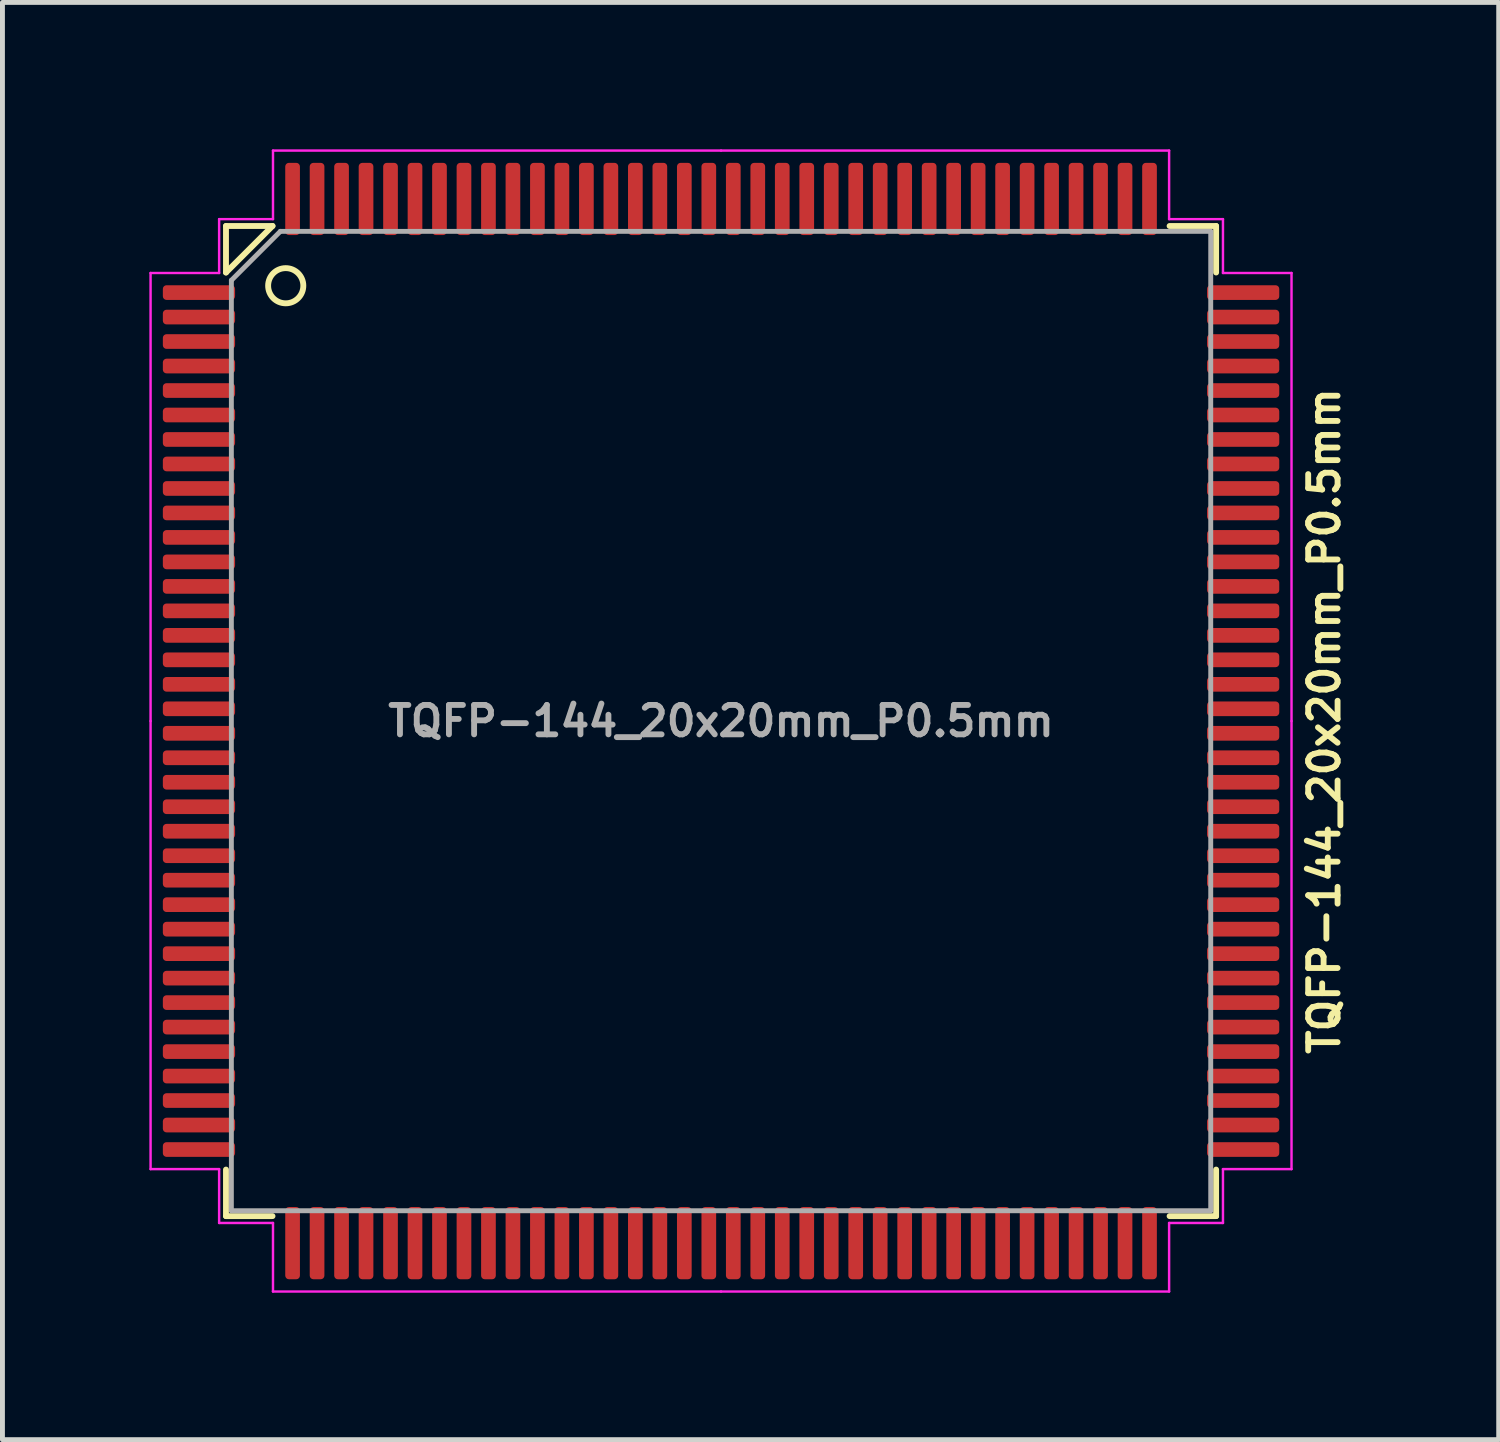
<source format=kicad_pcb>
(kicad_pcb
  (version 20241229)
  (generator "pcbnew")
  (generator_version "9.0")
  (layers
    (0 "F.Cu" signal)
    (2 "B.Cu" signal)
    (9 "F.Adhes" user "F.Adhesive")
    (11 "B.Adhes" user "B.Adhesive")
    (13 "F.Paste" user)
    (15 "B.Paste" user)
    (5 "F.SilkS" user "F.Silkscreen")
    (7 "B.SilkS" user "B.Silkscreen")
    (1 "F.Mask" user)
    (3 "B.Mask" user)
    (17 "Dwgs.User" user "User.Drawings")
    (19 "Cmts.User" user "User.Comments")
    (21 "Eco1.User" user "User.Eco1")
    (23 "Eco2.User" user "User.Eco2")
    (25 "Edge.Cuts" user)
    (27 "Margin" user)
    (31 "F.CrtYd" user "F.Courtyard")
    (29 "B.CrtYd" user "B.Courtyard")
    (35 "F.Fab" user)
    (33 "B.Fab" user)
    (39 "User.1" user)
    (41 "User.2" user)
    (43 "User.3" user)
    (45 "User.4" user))
  (footprint "TQFP-144_20x20mm_P0.5mm"
    (layer "F.Cu")
    (at 11.675 11.675)
    (property "Reference" "TQFP-144_20x20mm_P0.5mm" (at 12.319 0 270) (layer "F.SilkS") (effects (font (size 0.6 0.6) (thickness 0.12))))
    (attr smd)
    (fp_line (start -10.11 -10.11) (end -10.11 -9.16) (stroke (width 0.12) (type solid)) (layer "F.SilkS"))
    (fp_line (start -10.11 -9.16) (end -9.16 -10.11) (stroke (width 0.12) (type solid)) (layer "F.SilkS"))
    (fp_line (start -10.11 10.11) (end -10.11 9.16) (stroke (width 0.12) (type solid)) (layer "F.SilkS"))
    (fp_line (start -9.16 -10.11) (end -10.11 -10.11) (stroke (width 0.12) (type solid)) (layer "F.SilkS"))
    (fp_line (start -9.16 10.11) (end -10.11 10.11) (stroke (width 0.12) (type solid)) (layer "F.SilkS"))
    (fp_line (start 9.16 -10.11) (end 10.11 -10.11) (stroke (width 0.12) (type solid)) (layer "F.SilkS"))
    (fp_line (start 9.16 10.11) (end 10.11 10.11) (stroke (width 0.12) (type solid)) (layer "F.SilkS"))
    (fp_line (start 10.11 -10.11) (end 10.11 -9.16) (stroke (width 0.12) (type solid)) (layer "F.SilkS"))
    (fp_line (start 10.11 10.11) (end 10.11 9.16) (stroke (width 0.12) (type solid)) (layer "F.SilkS"))
    (fp_circle (center -8.89 -8.89) (end -9.144 -9.144) (stroke (width 0.12) (type solid)) (fill no) (layer "F.SilkS"))
    (fp_line (start -11.65 -9.15) (end -11.65 0) (stroke (width 0.05) (type solid)) (layer "F.CrtYd"))
    (fp_line (start -11.65 9.15) (end -11.65 0) (stroke (width 0.05) (type solid)) (layer "F.CrtYd"))
    (fp_line (start -10.25 -10.25) (end -10.25 -9.15) (stroke (width 0.05) (type solid)) (layer "F.CrtYd"))
    (fp_line (start -10.25 -9.15) (end -11.65 -9.15) (stroke (width 0.05) (type solid)) (layer "F.CrtYd"))
    (fp_line (start -10.25 9.15) (end -11.65 9.15) (stroke (width 0.05) (type solid)) (layer "F.CrtYd"))
    (fp_line (start -10.25 10.25) (end -10.25 9.15) (stroke (width 0.05) (type solid)) (layer "F.CrtYd"))
    (fp_line (start -9.15 -11.65) (end -9.15 -10.25) (stroke (width 0.05) (type solid)) (layer "F.CrtYd"))
    (fp_line (start -9.15 -10.25) (end -10.25 -10.25) (stroke (width 0.05) (type solid)) (layer "F.CrtYd"))
    (fp_line (start -9.15 10.25) (end -10.25 10.25) (stroke (width 0.05) (type solid)) (layer "F.CrtYd"))
    (fp_line (start -9.15 11.65) (end -9.15 10.25) (stroke (width 0.05) (type solid)) (layer "F.CrtYd"))
    (fp_line (start 0 -11.65) (end -9.15 -11.65) (stroke (width 0.05) (type solid)) (layer "F.CrtYd"))
    (fp_line (start 0 -11.65) (end 9.15 -11.65) (stroke (width 0.05) (type solid)) (layer "F.CrtYd"))
    (fp_line (start 0 11.65) (end -9.15 11.65) (stroke (width 0.05) (type solid)) (layer "F.CrtYd"))
    (fp_line (start 0 11.65) (end 9.15 11.65) (stroke (width 0.05) (type solid)) (layer "F.CrtYd"))
    (fp_line (start 9.15 -11.65) (end 9.15 -10.25) (stroke (width 0.05) (type solid)) (layer "F.CrtYd"))
    (fp_line (start 9.15 -10.25) (end 10.25 -10.25) (stroke (width 0.05) (type solid)) (layer "F.CrtYd"))
    (fp_line (start 9.15 10.25) (end 10.25 10.25) (stroke (width 0.05) (type solid)) (layer "F.CrtYd"))
    (fp_line (start 9.15 11.65) (end 9.15 10.25) (stroke (width 0.05) (type solid)) (layer "F.CrtYd"))
    (fp_line (start 10.25 -10.25) (end 10.25 -9.15) (stroke (width 0.05) (type solid)) (layer "F.CrtYd"))
    (fp_line (start 10.25 -9.15) (end 11.65 -9.15) (stroke (width 0.05) (type solid)) (layer "F.CrtYd"))
    (fp_line (start 10.25 9.15) (end 11.65 9.15) (stroke (width 0.05) (type solid)) (layer "F.CrtYd"))
    (fp_line (start 10.25 10.25) (end 10.25 9.15) (stroke (width 0.05) (type solid)) (layer "F.CrtYd"))
    (fp_line (start 11.65 -9.15) (end 11.65 0) (stroke (width 0.05) (type solid)) (layer "F.CrtYd"))
    (fp_line (start 11.65 9.15) (end 11.65 0) (stroke (width 0.05) (type solid)) (layer "F.CrtYd"))
    (fp_line (start -10 -9) (end -9 -10) (stroke (width 0.1) (type solid)) (layer "F.Fab"))
    (fp_line (start -10 10) (end -10 -9) (stroke (width 0.1) (type solid)) (layer "F.Fab"))
    (fp_line (start -9 -10) (end 10 -10) (stroke (width 0.1) (type solid)) (layer "F.Fab"))
    (fp_line (start 10 -10) (end 10 10) (stroke (width 0.1) (type solid)) (layer "F.Fab"))
    (fp_line (start 10 10) (end -10 10) (stroke (width 0.1) (type solid)) (layer "F.Fab"))
    (fp_text user "${REFERENCE}" (at 0 0 180) (layer "F.Fab") (effects (font (size 0.6 0.6) (thickness 0.12))))
    (pad "1" smd roundrect (at -10.662 -8.75) (size 1.475 0.3) (layers "F.Cu" "F.Mask" "F.Paste") (roundrect_rratio 0.25))
    (pad "2" smd roundrect (at -10.662 -8.25) (size 1.475 0.3) (layers "F.Cu" "F.Mask" "F.Paste") (roundrect_rratio 0.25))
    (pad "3" smd roundrect (at -10.662 -7.75) (size 1.475 0.3) (layers "F.Cu" "F.Mask" "F.Paste") (roundrect_rratio 0.25))
    (pad "4" smd roundrect (at -10.662 -7.25) (size 1.475 0.3) (layers "F.Cu" "F.Mask" "F.Paste") (roundrect_rratio 0.25))
    (pad "5" smd roundrect (at -10.662 -6.75) (size 1.475 0.3) (layers "F.Cu" "F.Mask" "F.Paste") (roundrect_rratio 0.25))
    (pad "6" smd roundrect (at -10.662 -6.25) (size 1.475 0.3) (layers "F.Cu" "F.Mask" "F.Paste") (roundrect_rratio 0.25))
    (pad "7" smd roundrect (at -10.662 -5.75) (size 1.475 0.3) (layers "F.Cu" "F.Mask" "F.Paste") (roundrect_rratio 0.25))
    (pad "8" smd roundrect (at -10.662 -5.25) (size 1.475 0.3) (layers "F.Cu" "F.Mask" "F.Paste") (roundrect_rratio 0.25))
    (pad "9" smd roundrect (at -10.662 -4.75) (size 1.475 0.3) (layers "F.Cu" "F.Mask" "F.Paste") (roundrect_rratio 0.25))
    (pad "10" smd roundrect (at -10.662 -4.25) (size 1.475 0.3) (layers "F.Cu" "F.Mask" "F.Paste") (roundrect_rratio 0.25))
    (pad "11" smd roundrect (at -10.662 -3.75) (size 1.475 0.3) (layers "F.Cu" "F.Mask" "F.Paste") (roundrect_rratio 0.25))
    (pad "12" smd roundrect (at -10.662 -3.25) (size 1.475 0.3) (layers "F.Cu" "F.Mask" "F.Paste") (roundrect_rratio 0.25))
    (pad "13" smd roundrect (at -10.662 -2.75) (size 1.475 0.3) (layers "F.Cu" "F.Mask" "F.Paste") (roundrect_rratio 0.25))
    (pad "14" smd roundrect (at -10.662 -2.25) (size 1.475 0.3) (layers "F.Cu" "F.Mask" "F.Paste") (roundrect_rratio 0.25))
    (pad "15" smd roundrect (at -10.662 -1.75) (size 1.475 0.3) (layers "F.Cu" "F.Mask" "F.Paste") (roundrect_rratio 0.25))
    (pad "16" smd roundrect (at -10.662 -1.25) (size 1.475 0.3) (layers "F.Cu" "F.Mask" "F.Paste") (roundrect_rratio 0.25))
    (pad "17" smd roundrect (at -10.662 -0.75) (size 1.475 0.3) (layers "F.Cu" "F.Mask" "F.Paste") (roundrect_rratio 0.25))
    (pad "18" smd roundrect (at -10.662 -0.25) (size 1.475 0.3) (layers "F.Cu" "F.Mask" "F.Paste") (roundrect_rratio 0.25))
    (pad "19" smd roundrect (at -10.662 0.25) (size 1.475 0.3) (layers "F.Cu" "F.Mask" "F.Paste") (roundrect_rratio 0.25))
    (pad "20" smd roundrect (at -10.662 0.75) (size 1.475 0.3) (layers "F.Cu" "F.Mask" "F.Paste") (roundrect_rratio 0.25))
    (pad "21" smd roundrect (at -10.662 1.25) (size 1.475 0.3) (layers "F.Cu" "F.Mask" "F.Paste") (roundrect_rratio 0.25))
    (pad "22" smd roundrect (at -10.662 1.75) (size 1.475 0.3) (layers "F.Cu" "F.Mask" "F.Paste") (roundrect_rratio 0.25))
    (pad "23" smd roundrect (at -10.662 2.25) (size 1.475 0.3) (layers "F.Cu" "F.Mask" "F.Paste") (roundrect_rratio 0.25))
    (pad "24" smd roundrect (at -10.662 2.75) (size 1.475 0.3) (layers "F.Cu" "F.Mask" "F.Paste") (roundrect_rratio 0.25))
    (pad "25" smd roundrect (at -10.662 3.25) (size 1.475 0.3) (layers "F.Cu" "F.Mask" "F.Paste") (roundrect_rratio 0.25))
    (pad "26" smd roundrect (at -10.662 3.75) (size 1.475 0.3) (layers "F.Cu" "F.Mask" "F.Paste") (roundrect_rratio 0.25))
    (pad "27" smd roundrect (at -10.662 4.25) (size 1.475 0.3) (layers "F.Cu" "F.Mask" "F.Paste") (roundrect_rratio 0.25))
    (pad "28" smd roundrect (at -10.662 4.75) (size 1.475 0.3) (layers "F.Cu" "F.Mask" "F.Paste") (roundrect_rratio 0.25))
    (pad "29" smd roundrect (at -10.662 5.25) (size 1.475 0.3) (layers "F.Cu" "F.Mask" "F.Paste") (roundrect_rratio 0.25))
    (pad "30" smd roundrect (at -10.662 5.75) (size 1.475 0.3) (layers "F.Cu" "F.Mask" "F.Paste") (roundrect_rratio 0.25))
    (pad "31" smd roundrect (at -10.662 6.25) (size 1.475 0.3) (layers "F.Cu" "F.Mask" "F.Paste") (roundrect_rratio 0.25))
    (pad "32" smd roundrect (at -10.662 6.75) (size 1.475 0.3) (layers "F.Cu" "F.Mask" "F.Paste") (roundrect_rratio 0.25))
    (pad "33" smd roundrect (at -10.662 7.25) (size 1.475 0.3) (layers "F.Cu" "F.Mask" "F.Paste") (roundrect_rratio 0.25))
    (pad "34" smd roundrect (at -10.662 7.75) (size 1.475 0.3) (layers "F.Cu" "F.Mask" "F.Paste") (roundrect_rratio 0.25))
    (pad "35" smd roundrect (at -10.662 8.25) (size 1.475 0.3) (layers "F.Cu" "F.Mask" "F.Paste") (roundrect_rratio 0.25))
    (pad "36" smd roundrect (at -10.662 8.75) (size 1.475 0.3) (layers "F.Cu" "F.Mask" "F.Paste") (roundrect_rratio 0.25))
    (pad "37" smd roundrect (at -8.75 10.662) (size 0.3 1.475) (layers "F.Cu" "F.Mask" "F.Paste") (roundrect_rratio 0.25))
    (pad "38" smd roundrect (at -8.25 10.662) (size 0.3 1.475) (layers "F.Cu" "F.Mask" "F.Paste") (roundrect_rratio 0.25))
    (pad "39" smd roundrect (at -7.75 10.662) (size 0.3 1.475) (layers "F.Cu" "F.Mask" "F.Paste") (roundrect_rratio 0.25))
    (pad "40" smd roundrect (at -7.25 10.662) (size 0.3 1.475) (layers "F.Cu" "F.Mask" "F.Paste") (roundrect_rratio 0.25))
    (pad "41" smd roundrect (at -6.75 10.662) (size 0.3 1.475) (layers "F.Cu" "F.Mask" "F.Paste") (roundrect_rratio 0.25))
    (pad "42" smd roundrect (at -6.25 10.662) (size 0.3 1.475) (layers "F.Cu" "F.Mask" "F.Paste") (roundrect_rratio 0.25))
    (pad "43" smd roundrect (at -5.75 10.662) (size 0.3 1.475) (layers "F.Cu" "F.Mask" "F.Paste") (roundrect_rratio 0.25))
    (pad "44" smd roundrect (at -5.25 10.662) (size 0.3 1.475) (layers "F.Cu" "F.Mask" "F.Paste") (roundrect_rratio 0.25))
    (pad "45" smd roundrect (at -4.75 10.662) (size 0.3 1.475) (layers "F.Cu" "F.Mask" "F.Paste") (roundrect_rratio 0.25))
    (pad "46" smd roundrect (at -4.25 10.662) (size 0.3 1.475) (layers "F.Cu" "F.Mask" "F.Paste") (roundrect_rratio 0.25))
    (pad "47" smd roundrect (at -3.75 10.662) (size 0.3 1.475) (layers "F.Cu" "F.Mask" "F.Paste") (roundrect_rratio 0.25))
    (pad "48" smd roundrect (at -3.25 10.662) (size 0.3 1.475) (layers "F.Cu" "F.Mask" "F.Paste") (roundrect_rratio 0.25))
    (pad "49" smd roundrect (at -2.75 10.662) (size 0.3 1.475) (layers "F.Cu" "F.Mask" "F.Paste") (roundrect_rratio 0.25))
    (pad "50" smd roundrect (at -2.25 10.662) (size 0.3 1.475) (layers "F.Cu" "F.Mask" "F.Paste") (roundrect_rratio 0.25))
    (pad "51" smd roundrect (at -1.75 10.662) (size 0.3 1.475) (layers "F.Cu" "F.Mask" "F.Paste") (roundrect_rratio 0.25))
    (pad "52" smd roundrect (at -1.25 10.662) (size 0.3 1.475) (layers "F.Cu" "F.Mask" "F.Paste") (roundrect_rratio 0.25))
    (pad "53" smd roundrect (at -0.75 10.662) (size 0.3 1.475) (layers "F.Cu" "F.Mask" "F.Paste") (roundrect_rratio 0.25))
    (pad "54" smd roundrect (at -0.25 10.662) (size 0.3 1.475) (layers "F.Cu" "F.Mask" "F.Paste") (roundrect_rratio 0.25))
    (pad "55" smd roundrect (at 0.25 10.662) (size 0.3 1.475) (layers "F.Cu" "F.Mask" "F.Paste") (roundrect_rratio 0.25))
    (pad "56" smd roundrect (at 0.75 10.662) (size 0.3 1.475) (layers "F.Cu" "F.Mask" "F.Paste") (roundrect_rratio 0.25))
    (pad "57" smd roundrect (at 1.25 10.662) (size 0.3 1.475) (layers "F.Cu" "F.Mask" "F.Paste") (roundrect_rratio 0.25))
    (pad "58" smd roundrect (at 1.75 10.662) (size 0.3 1.475) (layers "F.Cu" "F.Mask" "F.Paste") (roundrect_rratio 0.25))
    (pad "59" smd roundrect (at 2.25 10.662) (size 0.3 1.475) (layers "F.Cu" "F.Mask" "F.Paste") (roundrect_rratio 0.25))
    (pad "60" smd roundrect (at 2.75 10.662) (size 0.3 1.475) (layers "F.Cu" "F.Mask" "F.Paste") (roundrect_rratio 0.25))
    (pad "61" smd roundrect (at 3.25 10.662) (size 0.3 1.475) (layers "F.Cu" "F.Mask" "F.Paste") (roundrect_rratio 0.25))
    (pad "62" smd roundrect (at 3.75 10.662) (size 0.3 1.475) (layers "F.Cu" "F.Mask" "F.Paste") (roundrect_rratio 0.25))
    (pad "63" smd roundrect (at 4.25 10.662) (size 0.3 1.475) (layers "F.Cu" "F.Mask" "F.Paste") (roundrect_rratio 0.25))
    (pad "64" smd roundrect (at 4.75 10.662) (size 0.3 1.475) (layers "F.Cu" "F.Mask" "F.Paste") (roundrect_rratio 0.25))
    (pad "65" smd roundrect (at 5.25 10.662) (size 0.3 1.475) (layers "F.Cu" "F.Mask" "F.Paste") (roundrect_rratio 0.25))
    (pad "66" smd roundrect (at 5.75 10.662) (size 0.3 1.475) (layers "F.Cu" "F.Mask" "F.Paste") (roundrect_rratio 0.25))
    (pad "67" smd roundrect (at 6.25 10.662) (size 0.3 1.475) (layers "F.Cu" "F.Mask" "F.Paste") (roundrect_rratio 0.25))
    (pad "68" smd roundrect (at 6.75 10.662) (size 0.3 1.475) (layers "F.Cu" "F.Mask" "F.Paste") (roundrect_rratio 0.25))
    (pad "69" smd roundrect (at 7.25 10.662) (size 0.3 1.475) (layers "F.Cu" "F.Mask" "F.Paste") (roundrect_rratio 0.25))
    (pad "70" smd roundrect (at 7.75 10.662) (size 0.3 1.475) (layers "F.Cu" "F.Mask" "F.Paste") (roundrect_rratio 0.25))
    (pad "71" smd roundrect (at 8.25 10.662) (size 0.3 1.475) (layers "F.Cu" "F.Mask" "F.Paste") (roundrect_rratio 0.25))
    (pad "72" smd roundrect (at 8.75 10.662) (size 0.3 1.475) (layers "F.Cu" "F.Mask" "F.Paste") (roundrect_rratio 0.25))
    (pad "73" smd roundrect (at 10.662 8.75) (size 1.475 0.3) (layers "F.Cu" "F.Mask" "F.Paste") (roundrect_rratio 0.25))
    (pad "74" smd roundrect (at 10.662 8.25) (size 1.475 0.3) (layers "F.Cu" "F.Mask" "F.Paste") (roundrect_rratio 0.25))
    (pad "75" smd roundrect (at 10.662 7.75) (size 1.475 0.3) (layers "F.Cu" "F.Mask" "F.Paste") (roundrect_rratio 0.25))
    (pad "76" smd roundrect (at 10.662 7.25) (size 1.475 0.3) (layers "F.Cu" "F.Mask" "F.Paste") (roundrect_rratio 0.25))
    (pad "77" smd roundrect (at 10.662 6.75) (size 1.475 0.3) (layers "F.Cu" "F.Mask" "F.Paste") (roundrect_rratio 0.25))
    (pad "78" smd roundrect (at 10.662 6.25) (size 1.475 0.3) (layers "F.Cu" "F.Mask" "F.Paste") (roundrect_rratio 0.25))
    (pad "79" smd roundrect (at 10.662 5.75) (size 1.475 0.3) (layers "F.Cu" "F.Mask" "F.Paste") (roundrect_rratio 0.25))
    (pad "80" smd roundrect (at 10.662 5.25) (size 1.475 0.3) (layers "F.Cu" "F.Mask" "F.Paste") (roundrect_rratio 0.25))
    (pad "81" smd roundrect (at 10.662 4.75) (size 1.475 0.3) (layers "F.Cu" "F.Mask" "F.Paste") (roundrect_rratio 0.25))
    (pad "82" smd roundrect (at 10.662 4.25) (size 1.475 0.3) (layers "F.Cu" "F.Mask" "F.Paste") (roundrect_rratio 0.25))
    (pad "83" smd roundrect (at 10.662 3.75) (size 1.475 0.3) (layers "F.Cu" "F.Mask" "F.Paste") (roundrect_rratio 0.25))
    (pad "84" smd roundrect (at 10.662 3.25) (size 1.475 0.3) (layers "F.Cu" "F.Mask" "F.Paste") (roundrect_rratio 0.25))
    (pad "85" smd roundrect (at 10.662 2.75) (size 1.475 0.3) (layers "F.Cu" "F.Mask" "F.Paste") (roundrect_rratio 0.25))
    (pad "86" smd roundrect (at 10.662 2.25) (size 1.475 0.3) (layers "F.Cu" "F.Mask" "F.Paste") (roundrect_rratio 0.25))
    (pad "87" smd roundrect (at 10.662 1.75) (size 1.475 0.3) (layers "F.Cu" "F.Mask" "F.Paste") (roundrect_rratio 0.25))
    (pad "88" smd roundrect (at 10.662 1.25) (size 1.475 0.3) (layers "F.Cu" "F.Mask" "F.Paste") (roundrect_rratio 0.25))
    (pad "89" smd roundrect (at 10.662 0.75) (size 1.475 0.3) (layers "F.Cu" "F.Mask" "F.Paste") (roundrect_rratio 0.25))
    (pad "90" smd roundrect (at 10.662 0.25) (size 1.475 0.3) (layers "F.Cu" "F.Mask" "F.Paste") (roundrect_rratio 0.25))
    (pad "91" smd roundrect (at 10.662 -0.25) (size 1.475 0.3) (layers "F.Cu" "F.Mask" "F.Paste") (roundrect_rratio 0.25))
    (pad "92" smd roundrect (at 10.662 -0.75) (size 1.475 0.3) (layers "F.Cu" "F.Mask" "F.Paste") (roundrect_rratio 0.25))
    (pad "93" smd roundrect (at 10.662 -1.25) (size 1.475 0.3) (layers "F.Cu" "F.Mask" "F.Paste") (roundrect_rratio 0.25))
    (pad "94" smd roundrect (at 10.662 -1.75) (size 1.475 0.3) (layers "F.Cu" "F.Mask" "F.Paste") (roundrect_rratio 0.25))
    (pad "95" smd roundrect (at 10.662 -2.25) (size 1.475 0.3) (layers "F.Cu" "F.Mask" "F.Paste") (roundrect_rratio 0.25))
    (pad "96" smd roundrect (at 10.662 -2.75) (size 1.475 0.3) (layers "F.Cu" "F.Mask" "F.Paste") (roundrect_rratio 0.25))
    (pad "97" smd roundrect (at 10.662 -3.25) (size 1.475 0.3) (layers "F.Cu" "F.Mask" "F.Paste") (roundrect_rratio 0.25))
    (pad "98" smd roundrect (at 10.662 -3.75) (size 1.475 0.3) (layers "F.Cu" "F.Mask" "F.Paste") (roundrect_rratio 0.25))
    (pad "99" smd roundrect (at 10.662 -4.25) (size 1.475 0.3) (layers "F.Cu" "F.Mask" "F.Paste") (roundrect_rratio 0.25))
    (pad "100" smd roundrect (at 10.662 -4.75) (size 1.475 0.3) (layers "F.Cu" "F.Mask" "F.Paste") (roundrect_rratio 0.25))
    (pad "101" smd roundrect (at 10.662 -5.25) (size 1.475 0.3) (layers "F.Cu" "F.Mask" "F.Paste") (roundrect_rratio 0.25))
    (pad "102" smd roundrect (at 10.662 -5.75) (size 1.475 0.3) (layers "F.Cu" "F.Mask" "F.Paste") (roundrect_rratio 0.25))
    (pad "103" smd roundrect (at 10.662 -6.25) (size 1.475 0.3) (layers "F.Cu" "F.Mask" "F.Paste") (roundrect_rratio 0.25))
    (pad "104" smd roundrect (at 10.662 -6.75) (size 1.475 0.3) (layers "F.Cu" "F.Mask" "F.Paste") (roundrect_rratio 0.25))
    (pad "105" smd roundrect (at 10.662 -7.25) (size 1.475 0.3) (layers "F.Cu" "F.Mask" "F.Paste") (roundrect_rratio 0.25))
    (pad "106" smd roundrect (at 10.662 -7.75) (size 1.475 0.3) (layers "F.Cu" "F.Mask" "F.Paste") (roundrect_rratio 0.25))
    (pad "107" smd roundrect (at 10.662 -8.25) (size 1.475 0.3) (layers "F.Cu" "F.Mask" "F.Paste") (roundrect_rratio 0.25))
    (pad "108" smd roundrect (at 10.662 -8.75) (size 1.475 0.3) (layers "F.Cu" "F.Mask" "F.Paste") (roundrect_rratio 0.25))
    (pad "109" smd roundrect (at 8.75 -10.662) (size 0.3 1.475) (layers "F.Cu" "F.Mask" "F.Paste") (roundrect_rratio 0.25))
    (pad "110" smd roundrect (at 8.25 -10.662) (size 0.3 1.475) (layers "F.Cu" "F.Mask" "F.Paste") (roundrect_rratio 0.25))
    (pad "111" smd roundrect (at 7.75 -10.662) (size 0.3 1.475) (layers "F.Cu" "F.Mask" "F.Paste") (roundrect_rratio 0.25))
    (pad "112" smd roundrect (at 7.25 -10.662) (size 0.3 1.475) (layers "F.Cu" "F.Mask" "F.Paste") (roundrect_rratio 0.25))
    (pad "113" smd roundrect (at 6.75 -10.662) (size 0.3 1.475) (layers "F.Cu" "F.Mask" "F.Paste") (roundrect_rratio 0.25))
    (pad "114" smd roundrect (at 6.25 -10.662) (size 0.3 1.475) (layers "F.Cu" "F.Mask" "F.Paste") (roundrect_rratio 0.25))
    (pad "115" smd roundrect (at 5.75 -10.662) (size 0.3 1.475) (layers "F.Cu" "F.Mask" "F.Paste") (roundrect_rratio 0.25))
    (pad "116" smd roundrect (at 5.25 -10.662) (size 0.3 1.475) (layers "F.Cu" "F.Mask" "F.Paste") (roundrect_rratio 0.25))
    (pad "117" smd roundrect (at 4.75 -10.662) (size 0.3 1.475) (layers "F.Cu" "F.Mask" "F.Paste") (roundrect_rratio 0.25))
    (pad "118" smd roundrect (at 4.25 -10.662) (size 0.3 1.475) (layers "F.Cu" "F.Mask" "F.Paste") (roundrect_rratio 0.25))
    (pad "119" smd roundrect (at 3.75 -10.662) (size 0.3 1.475) (layers "F.Cu" "F.Mask" "F.Paste") (roundrect_rratio 0.25))
    (pad "120" smd roundrect (at 3.25 -10.662) (size 0.3 1.475) (layers "F.Cu" "F.Mask" "F.Paste") (roundrect_rratio 0.25))
    (pad "121" smd roundrect (at 2.75 -10.662) (size 0.3 1.475) (layers "F.Cu" "F.Mask" "F.Paste") (roundrect_rratio 0.25))
    (pad "122" smd roundrect (at 2.25 -10.662) (size 0.3 1.475) (layers "F.Cu" "F.Mask" "F.Paste") (roundrect_rratio 0.25))
    (pad "123" smd roundrect (at 1.75 -10.662) (size 0.3 1.475) (layers "F.Cu" "F.Mask" "F.Paste") (roundrect_rratio 0.25))
    (pad "124" smd roundrect (at 1.25 -10.662) (size 0.3 1.475) (layers "F.Cu" "F.Mask" "F.Paste") (roundrect_rratio 0.25))
    (pad "125" smd roundrect (at 0.75 -10.662) (size 0.3 1.475) (layers "F.Cu" "F.Mask" "F.Paste") (roundrect_rratio 0.25))
    (pad "126" smd roundrect (at 0.25 -10.662) (size 0.3 1.475) (layers "F.Cu" "F.Mask" "F.Paste") (roundrect_rratio 0.25))
    (pad "127" smd roundrect (at -0.25 -10.662) (size 0.3 1.475) (layers "F.Cu" "F.Mask" "F.Paste") (roundrect_rratio 0.25))
    (pad "128" smd roundrect (at -0.75 -10.662) (size 0.3 1.475) (layers "F.Cu" "F.Mask" "F.Paste") (roundrect_rratio 0.25))
    (pad "129" smd roundrect (at -1.25 -10.662) (size 0.3 1.475) (layers "F.Cu" "F.Mask" "F.Paste") (roundrect_rratio 0.25))
    (pad "130" smd roundrect (at -1.75 -10.662) (size 0.3 1.475) (layers "F.Cu" "F.Mask" "F.Paste") (roundrect_rratio 0.25))
    (pad "131" smd roundrect (at -2.25 -10.662) (size 0.3 1.475) (layers "F.Cu" "F.Mask" "F.Paste") (roundrect_rratio 0.25))
    (pad "132" smd roundrect (at -2.75 -10.662) (size 0.3 1.475) (layers "F.Cu" "F.Mask" "F.Paste") (roundrect_rratio 0.25))
    (pad "133" smd roundrect (at -3.25 -10.662) (size 0.3 1.475) (layers "F.Cu" "F.Mask" "F.Paste") (roundrect_rratio 0.25))
    (pad "134" smd roundrect (at -3.75 -10.662) (size 0.3 1.475) (layers "F.Cu" "F.Mask" "F.Paste") (roundrect_rratio 0.25))
    (pad "135" smd roundrect (at -4.25 -10.662) (size 0.3 1.475) (layers "F.Cu" "F.Mask" "F.Paste") (roundrect_rratio 0.25))
    (pad "136" smd roundrect (at -4.75 -10.662) (size 0.3 1.475) (layers "F.Cu" "F.Mask" "F.Paste") (roundrect_rratio 0.25))
    (pad "137" smd roundrect (at -5.25 -10.662) (size 0.3 1.475) (layers "F.Cu" "F.Mask" "F.Paste") (roundrect_rratio 0.25))
    (pad "138" smd roundrect (at -5.75 -10.662) (size 0.3 1.475) (layers "F.Cu" "F.Mask" "F.Paste") (roundrect_rratio 0.25))
    (pad "139" smd roundrect (at -6.25 -10.662) (size 0.3 1.475) (layers "F.Cu" "F.Mask" "F.Paste") (roundrect_rratio 0.25))
    (pad "140" smd roundrect (at -6.75 -10.662) (size 0.3 1.475) (layers "F.Cu" "F.Mask" "F.Paste") (roundrect_rratio 0.25))
    (pad "141" smd roundrect (at -7.25 -10.662) (size 0.3 1.475) (layers "F.Cu" "F.Mask" "F.Paste") (roundrect_rratio 0.25))
    (pad "142" smd roundrect (at -7.75 -10.662) (size 0.3 1.475) (layers "F.Cu" "F.Mask" "F.Paste") (roundrect_rratio 0.25))
    (pad "143" smd roundrect (at -8.25 -10.662) (size 0.3 1.475) (layers "F.Cu" "F.Mask" "F.Paste") (roundrect_rratio 0.25))
    (pad "144" smd roundrect (at -8.75 -10.662) (size 0.3 1.475) (layers "F.Cu" "F.Mask" "F.Paste") (roundrect_rratio 0.25)))
  (gr_rect
    (start -3 -3)
    (end 27.556 26.35)
    (stroke (width 0.1) (type default))
    (fill no)
    (layer "Edge.Cuts")))
</source>
